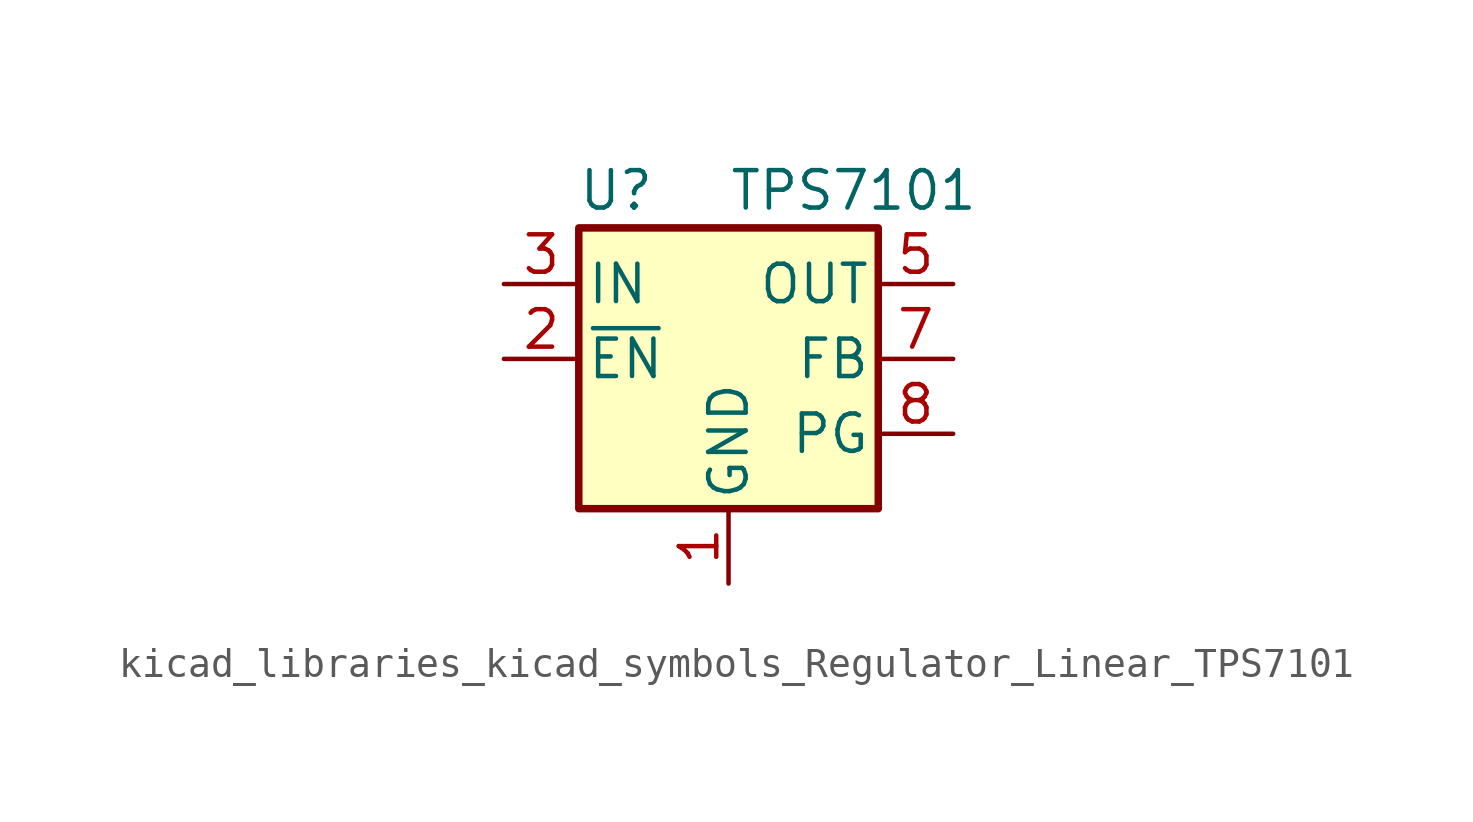
<source format=kicad_sym>
(kicad_symbol_lib
  (version 20220914)
  (generator kicad_symbol_editor)
  (symbol "kicad_libraries_kicad_symbols_Regulator_Linear_TPS7101"
    (pin_names
      (offset 0.254))
    (property "Reference" "U"
      (at -3.81 5.715 0)
      (effects (font (size 1.27 1.27))))
    (property "Value" "TPS7101"
      (at 0 5.715 0)
      (effects (font (size 1.27 1.27)) (justify left)))
    (symbol "kicad_libraries_kicad_symbols_Regulator_Linear_TPS7101_0_1"
      (rectangle (start -5.08 4.445) (end 5.08 -5.08) (stroke (width 0.254) (type default)) (fill (type background))))
    (symbol "kicad_libraries_kicad_symbols_Regulator_Linear_TPS7101_1_1"
      (pin power_in line (at 0 -7.62 90) (length 2.54) (name "GND" (effects (font (size 1.27 1.27)))) (number "1" (effects (font (size 1.27 1.27)))))
      (pin input line (at -7.62 0 0) (length 2.54) (name "~{EN}" (effects (font (size 1.27 1.27)))) (number "2" (effects (font (size 1.27 1.27)))))
      (pin power_in line (at -7.62 2.54 0) (length 2.54) (name "IN" (effects (font (size 1.27 1.27)))) (number "3" (effects (font (size 1.27 1.27)))))
      (pin passive line (at -7.62 2.54 0) (length 2.54) hide (name "IN" (effects (font (size 1.27 1.27)))) (number "4" (effects (font (size 1.27 1.27)))))
      (pin power_out line (at 7.62 2.54 180) (length 2.54) (name "OUT" (effects (font (size 1.27 1.27)))) (number "5" (effects (font (size 1.27 1.27)))))
      (pin passive line (at 7.62 2.54 180) (length 2.54) hide (name "OUT" (effects (font (size 1.27 1.27)))) (number "6" (effects (font (size 1.27 1.27)))))
      (pin input line (at 7.62 0 180) (length 2.54) (name "FB" (effects (font (size 1.27 1.27)))) (number "7" (effects (font (size 1.27 1.27)))))
      (pin output line (at 7.62 -2.54 180) (length 2.54) (name "PG" (effects (font (size 1.27 1.27)))) (number "8" (effects (font (size 1.27 1.27))))))))
</source>
